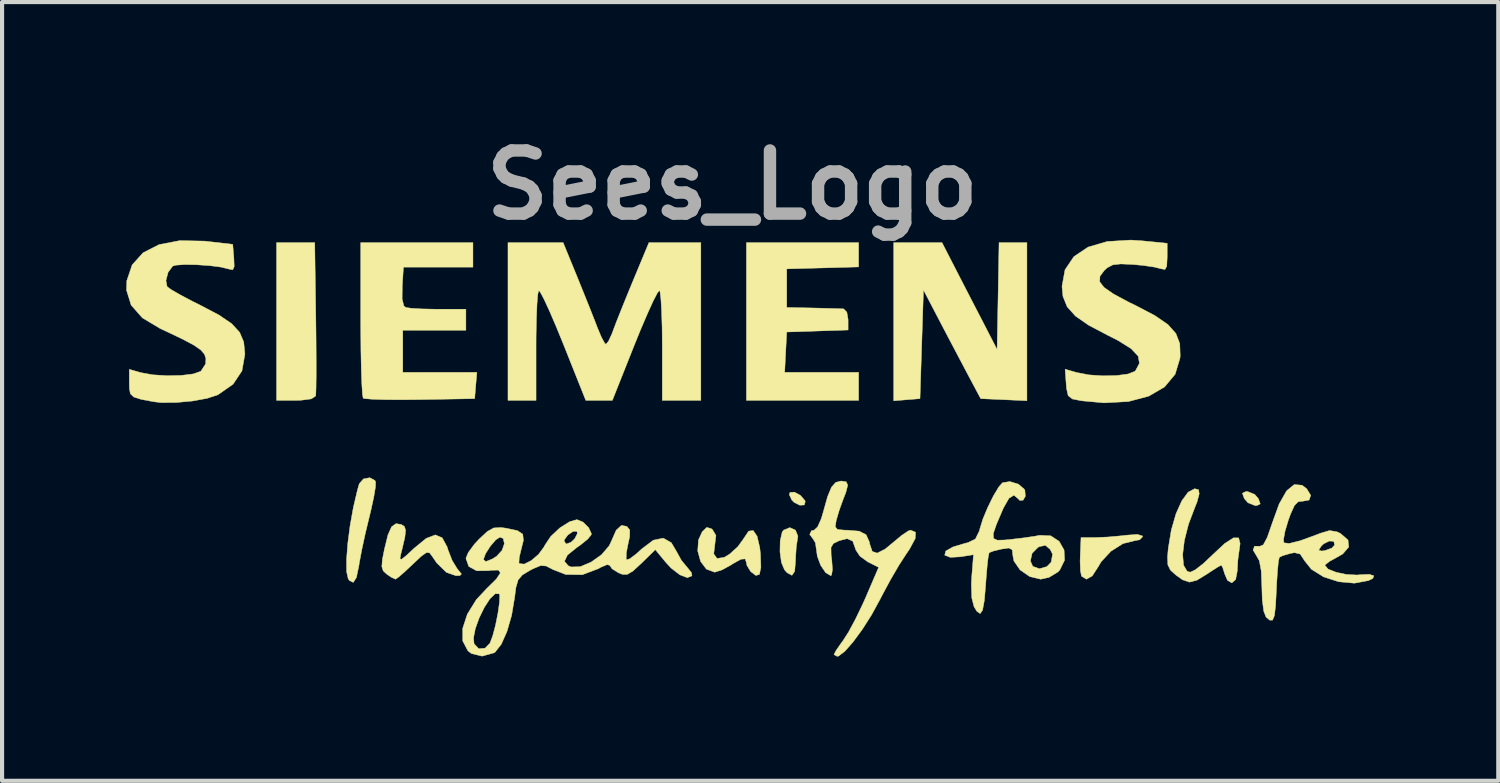
<source format=kicad_pcb>
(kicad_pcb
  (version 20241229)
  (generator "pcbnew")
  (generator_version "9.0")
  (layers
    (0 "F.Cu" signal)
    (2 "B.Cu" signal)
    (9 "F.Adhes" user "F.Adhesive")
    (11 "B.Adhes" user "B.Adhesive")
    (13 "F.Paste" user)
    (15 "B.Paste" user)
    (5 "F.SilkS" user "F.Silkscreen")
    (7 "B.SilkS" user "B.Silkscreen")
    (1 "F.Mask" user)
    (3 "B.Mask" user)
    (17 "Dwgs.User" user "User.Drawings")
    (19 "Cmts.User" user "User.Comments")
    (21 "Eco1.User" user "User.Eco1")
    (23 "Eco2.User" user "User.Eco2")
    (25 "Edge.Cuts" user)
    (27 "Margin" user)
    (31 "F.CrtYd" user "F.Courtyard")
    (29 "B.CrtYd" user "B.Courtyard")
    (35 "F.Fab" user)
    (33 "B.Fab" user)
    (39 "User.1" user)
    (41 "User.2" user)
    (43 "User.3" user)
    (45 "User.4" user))
  (footprint "Sees_Logo"
    (layer "F.Cu")
    (at 14.635 6.618)
    (property "Reference" "Sees_Logo" (at 0 -5.2 0) (layer "F.Fab") (effects (font (size 1.524 1.524) (thickness 0.3))))
    (attr exclude_from_pos_files exclude_from_bom)
    (fp_poly (pts (xy 1.642 2.293) (xy 1.749 2.417) (xy 1.759 2.44) (xy 1.737 2.525) (xy 1.628 2.531) (xy 1.492 2.464) (xy 1.438 2.411) (xy 1.375 2.28) (xy 1.389 2.223) (xy 1.498 2.215) (xy 1.642 2.293)) (stroke (width 0.01) (type solid)) (fill yes) (layer "F.SilkS"))
    (fp_poly (pts (xy 12.612 2.27) (xy 12.7 2.371) (xy 12.746 2.499) (xy 12.668 2.539) (xy 12.621 2.54) (xy 12.449 2.472) (xy 12.361 2.371) (xy 12.315 2.242) (xy 12.393 2.203) (xy 12.44 2.201) (xy 12.612 2.27)) (stroke (width 0.01) (type solid)) (fill yes) (layer "F.SilkS"))
    (fp_poly (pts (xy -10.059 -2.011) (xy -10.053 -1.471) (xy -10.05 -0.987) (xy -10.05 -0.583) (xy -10.054 -0.287) (xy -10.06 -0.125) (xy -10.063 -0.106) (xy -10.168 -0.036) (xy -10.422 -0.003) (xy -10.55 0) (xy -11.007 0) (xy -11.007 -3.81) (xy -10.085 -3.81) (xy -10.059 -2.011)) (stroke (width 0.01) (type solid)) (fill yes) (layer "F.SilkS"))
    (fp_poly (pts (xy 1.523 3.133) (xy 1.582 3.278) (xy 1.574 3.335) (xy 1.543 3.534) (xy 1.526 3.804) (xy 1.525 3.873) (xy 1.504 4.129) (xy 1.438 4.224) (xy 1.323 4.163) (xy 1.259 4.093) (xy 1.184 3.916) (xy 1.149 3.658) (xy 1.154 3.391) (xy 1.201 3.185) (xy 1.235 3.134) (xy 1.386 3.072) (xy 1.523 3.133)) (stroke (width 0.01) (type solid)) (fill yes) (layer "F.SilkS"))
    (fp_poly (pts (xy 3.048 -3.223) (xy 1.312 -3.175) (xy 1.312 -2.244) (xy 1.947 -2.231) (xy 2.269 -2.223) (xy 2.531 -2.216) (xy 2.68 -2.21) (xy 2.688 -2.209) (xy 2.764 -2.129) (xy 2.794 -1.951) (xy 2.794 -1.7) (xy 1.312 -1.651) (xy 1.262 -0.677) (xy 3.048 -0.677) (xy 3.048 0) (xy 0.339 0) (xy 0.339 -3.81) (xy 3.048 -3.81) (xy 3.048 -3.223)) (stroke (width 0.01) (type solid)) (fill yes) (layer "F.SilkS"))
    (fp_poly (pts (xy 9.9 3.273) (xy 9.906 3.293) (xy 9.834 3.366) (xy 9.716 3.387) (xy 9.432 3.458) (xy 9.141 3.642) (xy 8.904 3.897) (xy 8.831 4.021) (xy 8.689 4.24) (xy 8.549 4.318) (xy 8.432 4.246) (xy 8.429 4.241) (xy 8.405 4.117) (xy 8.396 3.888) (xy 8.4 3.738) (xy 8.418 3.312) (xy 8.76 3.312) (xy 9.067 3.299) (xy 9.413 3.268) (xy 9.504 3.256) (xy 9.78 3.236) (xy 9.9 3.273)) (stroke (width 0.01) (type solid)) (fill yes) (layer "F.SilkS"))
    (fp_poly (pts (xy -8.633 1.932) (xy -8.615 1.968) (xy -8.619 2.093) (xy -8.66 2.338) (xy -8.73 2.66) (xy -8.77 2.823) (xy -8.865 3.218) (xy -8.949 3.606) (xy -9.008 3.919) (xy -9.018 3.987) (xy -9.078 4.276) (xy -9.155 4.396) (xy -9.249 4.349) (xy -9.277 4.309) (xy -9.315 4.139) (xy -9.317 3.844) (xy -9.288 3.461) (xy -9.232 3.028) (xy -9.153 2.586) (xy -9.055 2.17) (xy -9.009 2.011) (xy -8.908 1.896) (xy -8.756 1.867) (xy -8.633 1.932)) (stroke (width 0.01) (type solid)) (fill yes) (layer "F.SilkS"))
    (fp_poly (pts (xy 5.333 -3.281) (xy 5.498 -2.96) (xy 5.705 -2.558) (xy 5.919 -2.144) (xy 5.999 -1.99) (xy 6.392 -1.228) (xy 6.416 -2.519) (xy 6.439 -3.81) (xy 7.112 -3.81) (xy 7.112 0.008) (xy 5.996 -0.042) (xy 5.658 -0.677) (xy 5.448 -1.075) (xy 5.208 -1.53) (xy 4.987 -1.952) (xy 4.967 -1.99) (xy 4.614 -2.667) (xy 4.572 -1.355) (xy 4.53 -0.042) (xy 4.212 -0.016) (xy 3.895 0.01) (xy 3.895 -3.81) (xy 5.061 -3.81) (xy 5.333 -3.281)) (stroke (width 0.01) (type solid)) (fill yes) (layer "F.SilkS"))
    (fp_poly (pts (xy -6.265 -3.217) (xy -7.943 -3.217) (xy -7.972 -2.752) (xy -7.975 -2.448) (xy -7.934 -2.284) (xy -7.888 -2.244) (xy -7.754 -2.224) (xy -7.5 -2.209) (xy -7.177 -2.202) (xy -7.105 -2.201) (xy -6.435 -2.201) (xy -6.435 -1.693) (xy -7.959 -1.693) (xy -7.959 -0.677) (xy -6.17 -0.677) (xy -6.197 -0.36) (xy -6.223 -0.042) (xy -7.54 -0.019) (xy -7.997 -0.015) (xy -8.392 -0.018) (xy -8.696 -0.028) (xy -8.879 -0.043) (xy -8.916 -0.054) (xy -8.933 -0.153) (xy -8.948 -0.395) (xy -8.961 -0.756) (xy -8.97 -1.211) (xy -8.974 -1.733) (xy -8.975 -1.961) (xy -8.975 -3.81) (xy -6.265 -3.81) (xy -6.265 -3.217)) (stroke (width 0.01) (type solid)) (fill yes) (layer "F.SilkS"))
    (fp_poly (pts (xy -0.508 3.099) (xy -0.482 3.119) (xy -0.397 3.26) (xy -0.422 3.467) (xy -0.45 3.706) (xy -0.371 3.817) (xy -0.199 3.791) (xy -0.065 3.711) (xy 0.133 3.531) (xy 0.272 3.338) (xy 0.276 3.331) (xy 0.393 3.157) (xy 0.503 3.143) (xy 0.596 3.279) (xy 0.661 3.555) (xy 0.677 3.705) (xy 0.688 4.032) (xy 0.653 4.203) (xy 0.567 4.228) (xy 0.44 4.132) (xy 0.35 3.982) (xy 0.339 3.92) (xy 0.309 3.827) (xy 0.205 3.836) (xy 0.002 3.95) (xy -0.042 3.979) (xy -0.25 4.093) (xy -0.419 4.147) (xy -0.431 4.148) (xy -0.628 4.075) (xy -0.768 3.888) (xy -0.837 3.636) (xy -0.819 3.369) (xy -0.729 3.173) (xy -0.618 3.066) (xy -0.508 3.099)) (stroke (width 0.01) (type solid)) (fill yes) (layer "F.SilkS"))
    (fp_poly (pts (xy -7.996 2.996) (xy -7.92 3.044) (xy -7.891 3.136) (xy -7.909 3.307) (xy -7.976 3.593) (xy -8.01 3.725) (xy -8.027 3.827) (xy -7.988 3.837) (xy -7.871 3.745) (xy -7.683 3.569) (xy -7.395 3.333) (xy -7.174 3.248) (xy -7.008 3.317) (xy -6.888 3.538) (xy -6.865 3.613) (xy -6.768 3.863) (xy -6.646 4.064) (xy -6.637 4.074) (xy -6.543 4.191) (xy -6.578 4.23) (xy -6.676 4.233) (xy -6.906 4.153) (xy -7.139 3.925) (xy -7.252 3.76) (xy -7.314 3.68) (xy -7.389 3.675) (xy -7.511 3.762) (xy -7.716 3.954) (xy -7.72 3.958) (xy -7.923 4.148) (xy -8.075 4.278) (xy -8.136 4.318) (xy -8.231 4.274) (xy -8.343 4.199) (xy -8.431 4.118) (xy -8.465 4.013) (xy -8.45 3.834) (xy -8.402 3.591) (xy -8.317 3.248) (xy -8.229 3.05) (xy -8.122 2.976) (xy -7.996 2.996)) (stroke (width 0.01) (type solid)) (fill yes) (layer "F.SilkS"))
    (fp_poly (pts (xy 11.257 2.157) (xy 11.272 2.255) (xy 11.221 2.451) (xy 11.175 2.564) (xy 11.015 2.986) (xy 10.914 3.382) (xy 10.873 3.722) (xy 10.894 3.98) (xy 10.98 4.126) (xy 11.056 4.149) (xy 11.178 4.091) (xy 11.371 3.941) (xy 11.595 3.729) (xy 11.599 3.725) (xy 11.89 3.454) (xy 12.1 3.319) (xy 12.225 3.32) (xy 12.26 3.459) (xy 12.245 3.567) (xy 12.206 3.853) (xy 12.192 4.117) (xy 12.152 4.327) (xy 12.059 4.407) (xy 11.954 4.345) (xy 11.888 4.191) (xy 11.839 4.033) (xy 11.806 3.979) (xy 11.724 4.022) (xy 11.554 4.131) (xy 11.464 4.191) (xy 11.215 4.343) (xy 11.036 4.389) (xy 10.868 4.331) (xy 10.711 4.219) (xy 10.577 4.098) (xy 10.515 3.972) (xy 10.507 3.782) (xy 10.525 3.575) (xy 10.598 3.131) (xy 10.711 2.739) (xy 10.851 2.426) (xy 11.006 2.215) (xy 11.164 2.133) (xy 11.257 2.157)) (stroke (width 0.01) (type solid)) (fill yes) (layer "F.SilkS"))
    (fp_poly (pts (xy -0.762 -3.81) (xy -0.762 0) (xy -1.693 0) (xy -1.693 -1.307) (xy -1.697 -1.76) (xy -1.709 -2.15) (xy -1.726 -2.448) (xy -1.747 -2.623) (xy -1.76 -2.656) (xy -1.811 -2.595) (xy -1.912 -2.401) (xy -2.05 -2.097) (xy -2.216 -1.71) (xy -2.363 -1.348) (xy -2.899 0) (xy -3.54 0) (xy -4.077 -1.347) (xy -4.256 -1.785) (xy -4.417 -2.159) (xy -4.549 -2.444) (xy -4.64 -2.615) (xy -4.677 -2.654) (xy -4.699 -2.56) (xy -4.718 -2.327) (xy -4.732 -1.984) (xy -4.74 -1.562) (xy -4.741 -1.307) (xy -4.741 0) (xy -5.419 0) (xy -5.419 -3.81) (xy -4.753 -3.81) (xy -4.087 -3.81) (xy -3.749 -2.985) (xy -3.589 -2.589) (xy -3.434 -2.203) (xy -3.309 -1.885) (xy -3.26 -1.757) (xy -3.164 -1.528) (xy -3.084 -1.382) (xy -3.054 -1.355) (xy -2.993 -1.426) (xy -2.91 -1.605) (xy -2.885 -1.672) (xy -2.807 -1.88) (xy -2.681 -2.197) (xy -2.527 -2.577) (xy -2.394 -2.9) (xy -2.015 -3.81) (xy -1.388 -3.81) (xy -0.762 -3.81)) (stroke (width 0.01) (type solid)) (fill yes) (layer "F.SilkS"))
    (fp_poly (pts (xy 9.906 -3.852) (xy 10.499 -3.793) (xy 10.499 -3.454) (xy 10.488 -3.24) (xy 10.445 -3.161) (xy 10.351 -3.178) (xy 10.189 -3.219) (xy 9.923 -3.258) (xy 9.682 -3.281) (xy 9.378 -3.295) (xy 9.186 -3.273) (xy 9.052 -3.203) (xy 8.982 -3.14) (xy 8.876 -2.999) (xy 8.868 -2.867) (xy 8.973 -2.729) (xy 9.203 -2.569) (xy 9.574 -2.37) (xy 9.741 -2.289) (xy 10.2 -2.049) (xy 10.516 -1.832) (xy 10.71 -1.614) (xy 10.803 -1.372) (xy 10.813 -1.08) (xy 10.808 -1.019) (xy 10.691 -0.631) (xy 10.435 -0.324) (xy 10.054 -0.102) (xy 9.562 0.028) (xy 8.973 0.06) (xy 8.424 0.009) (xy 8.21 -0.034) (xy 8.108 -0.114) (xy 8.069 -0.285) (xy 8.06 -0.398) (xy 8.034 -0.753) (xy 8.313 -0.673) (xy 8.608 -0.616) (xy 8.946 -0.593) (xy 9.279 -0.6) (xy 9.553 -0.637) (xy 9.719 -0.702) (xy 9.733 -0.715) (xy 9.829 -0.895) (xy 9.799 -1.068) (xy 9.631 -1.247) (xy 9.315 -1.445) (xy 9.071 -1.569) (xy 8.606 -1.813) (xy 8.284 -2.036) (xy 8.082 -2.262) (xy 7.982 -2.513) (xy 7.959 -2.753) (xy 8.032 -3.154) (xy 8.246 -3.472) (xy 8.59 -3.702) (xy 9.052 -3.837) (xy 9.622 -3.871) (xy 9.906 -3.852)) (stroke (width 0.01) (type solid)) (fill yes) (layer "F.SilkS"))
    (fp_poly (pts (xy -12.745 -3.846) (xy -12.7 -3.841) (xy -12.065 -3.768) (xy -12.038 -3.439) (xy -12.03 -3.231) (xy -12.065 -3.154) (xy -12.16 -3.171) (xy -12.165 -3.173) (xy -12.351 -3.219) (xy -12.626 -3.254) (xy -12.936 -3.275) (xy -13.225 -3.28) (xy -13.44 -3.265) (xy -13.514 -3.243) (xy -13.626 -3.093) (xy -13.678 -2.895) (xy -13.651 -2.748) (xy -13.552 -2.675) (xy -13.336 -2.55) (xy -13.042 -2.394) (xy -12.851 -2.299) (xy -12.402 -2.064) (xy -12.093 -1.854) (xy -11.899 -1.644) (xy -11.8 -1.411) (xy -11.772 -1.128) (xy -11.772 -1.11) (xy -11.843 -0.711) (xy -12.057 -0.391) (xy -12.422 -0.136) (xy -12.427 -0.134) (xy -12.684 -0.049) (xy -13.043 0.016) (xy -13.437 0.052) (xy -13.799 0.053) (xy -13.97 0.033) (xy -14.277 -0.025) (xy -14.454 -0.081) (xy -14.537 -0.159) (xy -14.561 -0.289) (xy -14.563 -0.419) (xy -14.563 -0.75) (xy -14.288 -0.671) (xy -13.999 -0.618) (xy -13.654 -0.596) (xy -13.307 -0.603) (xy -13.016 -0.639) (xy -12.836 -0.703) (xy -12.835 -0.703) (xy -12.72 -0.881) (xy -12.713 -1.009) (xy -12.748 -1.115) (xy -12.836 -1.217) (xy -13.001 -1.332) (xy -13.266 -1.474) (xy -13.656 -1.66) (xy -13.817 -1.735) (xy -14.248 -1.993) (xy -14.518 -2.3) (xy -14.63 -2.66) (xy -14.623 -2.889) (xy -14.494 -3.272) (xy -14.23 -3.565) (xy -13.843 -3.762) (xy -13.344 -3.858) (xy -12.745 -3.846)) (stroke (width 0.01) (type solid)) (fill yes) (layer "F.SilkS"))
    (fp_poly (pts (xy 2.749 1.966) (xy 2.785 2.047) (xy 2.739 2.225) (xy 2.678 2.381) (xy 2.581 2.649) (xy 2.508 2.896) (xy 2.507 2.9) (xy 2.484 3.052) (xy 2.538 3.117) (xy 2.712 3.134) (xy 2.771 3.134) (xy 3.063 3.158) (xy 3.229 3.244) (xy 3.306 3.414) (xy 3.315 3.465) (xy 3.376 3.646) (xy 3.496 3.688) (xy 3.688 3.591) (xy 3.878 3.434) (xy 4.082 3.264) (xy 4.244 3.155) (xy 4.302 3.133) (xy 4.423 3.183) (xy 4.415 3.336) (xy 4.276 3.594) (xy 4.203 3.7) (xy 4.028 3.97) (xy 3.819 4.328) (xy 3.615 4.707) (xy 3.564 4.807) (xy 3.361 5.178) (xy 3.137 5.53) (xy 2.914 5.833) (xy 2.717 6.057) (xy 2.567 6.172) (xy 2.53 6.181) (xy 2.456 6.14) (xy 2.455 6.133) (xy 2.502 6.042) (xy 2.62 5.871) (xy 2.676 5.795) (xy 2.81 5.585) (xy 2.977 5.273) (xy 3.15 4.913) (xy 3.215 4.768) (xy 3.532 4.031) (xy 3.269 3.899) (xy 3.081 3.763) (xy 2.979 3.61) (xy 2.977 3.598) (xy 2.905 3.397) (xy 2.768 3.339) (xy 2.585 3.386) (xy 2.441 3.454) (xy 2.381 3.551) (xy 2.384 3.732) (xy 2.4 3.854) (xy 2.416 4.084) (xy 2.395 4.217) (xy 2.374 4.233) (xy 2.252 4.16) (xy 2.132 3.983) (xy 2.05 3.762) (xy 2.032 3.627) (xy 2.004 3.438) (xy 1.947 3.344) (xy 1.867 3.238) (xy 1.908 3.148) (xy 1.974 3.133) (xy 2.057 3.056) (xy 2.147 2.856) (xy 2.196 2.688) (xy 2.299 2.322) (xy 2.393 2.096) (xy 2.496 1.98) (xy 2.624 1.947) (xy 2.628 1.947) (xy 2.749 1.966)) (stroke (width 0.01) (type solid)) (fill yes) (layer "F.SilkS"))
    (fp_poly (pts (xy 13.758 2.049) (xy 13.868 2.134) (xy 13.965 2.293) (xy 13.926 2.406) (xy 13.78 2.433) (xy 13.664 2.446) (xy 13.573 2.536) (xy 13.481 2.737) (xy 13.423 2.896) (xy 13.344 3.161) (xy 13.308 3.36) (xy 13.317 3.439) (xy 13.444 3.455) (xy 13.713 3.388) (xy 14.127 3.237) (xy 14.198 3.208) (xy 14.42 3.143) (xy 14.598 3.173) (xy 14.685 3.215) (xy 14.865 3.37) (xy 14.883 3.54) (xy 14.74 3.707) (xy 14.605 3.785) (xy 14.416 3.889) (xy 14.314 3.971) (xy 14.309 3.985) (xy 14.384 4.073) (xy 14.574 4.15) (xy 14.825 4.203) (xy 15.08 4.217) (xy 15.157 4.21) (xy 15.38 4.2) (xy 15.489 4.235) (xy 15.465 4.298) (xy 15.36 4.351) (xy 15.018 4.414) (xy 14.639 4.379) (xy 14.276 4.262) (xy 13.981 4.078) (xy 13.817 3.873) (xy 13.711 3.711) (xy 13.574 3.677) (xy 13.478 3.695) (xy 13.296 3.747) (xy 13.208 3.787) (xy 13.186 3.882) (xy 13.163 4.107) (xy 13.143 4.42) (xy 13.136 4.579) (xy 13.116 4.963) (xy 13.088 5.198) (xy 13.043 5.306) (xy 12.974 5.306) (xy 12.886 5.232) (xy 12.831 5.091) (xy 12.795 4.82) (xy 12.785 4.507) (xy 12.77 4.119) (xy 12.724 3.872) (xy 12.657 3.755) (xy 12.577 3.619) (xy 14.156 3.619) (xy 14.226 3.637) (xy 14.306 3.628) (xy 14.475 3.565) (xy 14.542 3.493) (xy 14.522 3.403) (xy 14.414 3.396) (xy 14.276 3.464) (xy 14.217 3.522) (xy 14.156 3.619) (xy 12.577 3.619) (xy 12.574 3.614) (xy 12.607 3.52) (xy 12.735 3.523) (xy 12.819 3.488) (xy 12.915 3.311) (xy 13.026 2.99) (xy 13.202 2.502) (xy 13.383 2.183) (xy 13.568 2.032) (xy 13.758 2.049)) (stroke (width 0.01) (type solid)) (fill yes) (layer "F.SilkS"))
    (fp_poly (pts (xy 6.908 2.024) (xy 7.052 2.149) (xy 7.063 2.172) (xy 7.074 2.315) (xy 7.018 2.412) (xy 6.934 2.413) (xy 6.905 2.378) (xy 6.798 2.29) (xy 6.679 2.363) (xy 6.544 2.6) (xy 6.524 2.646) (xy 6.375 2.995) (xy 6.3 3.215) (xy 6.305 3.333) (xy 6.396 3.376) (xy 6.581 3.371) (xy 6.701 3.359) (xy 7.018 3.322) (xy 7.31 3.279) (xy 7.419 3.258) (xy 7.687 3.27) (xy 7.89 3.403) (xy 8.009 3.613) (xy 8.021 3.859) (xy 7.905 4.096) (xy 7.858 4.145) (xy 7.645 4.274) (xy 7.446 4.318) (xy 7.179 4.254) (xy 6.946 4.093) (xy 6.799 3.879) (xy 6.798 3.877) (xy 7.196 3.877) (xy 7.253 4.008) (xy 7.413 4.065) (xy 7.595 4.013) (xy 7.698 3.906) (xy 7.731 3.712) (xy 7.674 3.599) (xy 7.561 3.5) (xy 7.417 3.53) (xy 7.38 3.548) (xy 7.237 3.693) (xy 7.196 3.877) (xy 6.798 3.877) (xy 6.773 3.751) (xy 6.756 3.606) (xy 6.672 3.565) (xy 6.504 3.589) (xy 6.308 3.636) (xy 6.201 3.677) (xy 6.199 3.679) (xy 6.178 3.774) (xy 6.152 3.997) (xy 6.126 4.307) (xy 6.117 4.44) (xy 6.084 4.832) (xy 6.041 5.065) (xy 5.983 5.149) (xy 5.904 5.094) (xy 5.835 4.981) (xy 5.781 4.771) (xy 5.77 4.444) (xy 5.779 4.262) (xy 5.822 3.726) (xy 5.504 3.777) (xy 5.261 3.79) (xy 5.131 3.739) (xy 5.128 3.735) (xy 5.152 3.638) (xy 5.326 3.539) (xy 5.629 3.448) (xy 5.687 3.435) (xy 5.867 3.348) (xy 5.963 3.154) (xy 5.973 3.112) (xy 6.047 2.87) (xy 6.166 2.584) (xy 6.303 2.306) (xy 6.434 2.088) (xy 6.523 1.988) (xy 6.701 1.96) (xy 6.908 2.024)) (stroke (width 0.01) (type solid)) (fill yes) (layer "F.SilkS"))
    (fp_poly (pts (xy -3.608 2.938) (xy -3.472 3.072) (xy -3.406 3.214) (xy -3.41 3.248) (xy -3.495 3.351) (xy -3.671 3.493) (xy -3.752 3.549) (xy -3.984 3.736) (xy -4.055 3.886) (xy -3.963 3.994) (xy -3.894 4.022) (xy -3.674 4.016) (xy -3.411 3.905) (xy -3.159 3.726) (xy -2.975 3.511) (xy -2.928 3.412) (xy -2.806 3.135) (xy -2.679 3.018) (xy -2.548 3.043) (xy -2.479 3.128) (xy -2.48 3.287) (xy -2.518 3.459) (xy -2.561 3.682) (xy -2.565 3.829) (xy -2.556 3.85) (xy -2.475 3.824) (xy -2.317 3.704) (xy -2.192 3.589) (xy -1.911 3.377) (xy -1.67 3.326) (xy -1.475 3.436) (xy -1.358 3.633) (xy -1.231 3.863) (xy -1.095 4.027) (xy -0.989 4.158) (xy -0.976 4.237) (xy -1.088 4.281) (xy -1.269 4.212) (xy -1.481 4.048) (xy -1.61 3.908) (xy -1.861 3.604) (xy -2.198 3.934) (xy -2.4 4.12) (xy -2.537 4.202) (xy -2.657 4.201) (xy -2.749 4.165) (xy -2.906 4.066) (xy -2.963 3.982) (xy -3.026 3.966) (xy -3.18 4.031) (xy -3.239 4.065) (xy -3.624 4.21) (xy -4.026 4.204) (xy -4.329 4.086) (xy -4.498 3.999) (xy -4.629 3.989) (xy -4.802 4.06) (xy -4.893 4.107) (xy -5.073 4.217) (xy -5.174 4.336) (xy -5.228 4.521) (xy -5.259 4.764) (xy -5.331 5.192) (xy -5.443 5.58) (xy -5.58 5.888) (xy -5.727 6.076) (xy -5.759 6.097) (xy -6.045 6.176) (xy -6.302 6.113) (xy -6.386 6.048) (xy -6.511 5.811) (xy -6.511 5.74) (xy -6.252 5.74) (xy -6.237 5.878) (xy -6.125 5.996) (xy -5.972 5.984) (xy -5.854 5.863) (xy -5.787 5.684) (xy -5.719 5.427) (xy -5.662 5.144) (xy -5.625 4.888) (xy -5.618 4.714) (xy -5.63 4.671) (xy -5.728 4.669) (xy -5.854 4.79) (xy -5.989 4.997) (xy -6.113 5.25) (xy -6.207 5.51) (xy -6.252 5.74) (xy -6.511 5.74) (xy -6.512 5.504) (xy -6.399 5.16) (xy -6.183 4.811) (xy -5.94 4.551) (xy -5.701 4.316) (xy -5.603 4.167) (xy -5.646 4.098) (xy -5.828 4.102) (xy -5.885 4.112) (xy -6.174 4.115) (xy -6.366 4.01) (xy -6.424 3.844) (xy -6.011 3.844) (xy -5.954 3.892) (xy -5.795 3.829) (xy -5.692 3.763) (xy -5.562 3.621) (xy -5.506 3.459) (xy -5.533 3.336) (xy -5.612 3.302) (xy -5.714 3.367) (xy -5.845 3.521) (xy -5.96 3.699) (xy -6.011 3.84) (xy -6.011 3.844) (xy -6.424 3.844) (xy -6.435 3.814) (xy -6.378 3.675) (xy -6.233 3.477) (xy -6.117 3.351) (xy -5.917 3.165) (xy -5.764 3.08) (xy -5.591 3.07) (xy -5.461 3.087) (xy -5.191 3.145) (xy -5.062 3.23) (xy -5.046 3.381) (xy -5.096 3.579) (xy -5.147 3.791) (xy -5.154 3.925) (xy -5.147 3.94) (xy -5.029 3.954) (xy -4.856 3.868) (xy -4.679 3.716) (xy -4.546 3.535) (xy -4.529 3.499) (xy -4.461 3.397) (xy -4.064 3.397) (xy -4.014 3.468) (xy -3.898 3.427) (xy -3.808 3.342) (xy -3.743 3.214) (xy -3.754 3.161) (xy -3.848 3.164) (xy -3.973 3.25) (xy -4.057 3.363) (xy -4.064 3.397) (xy -4.461 3.397) (xy -4.386 3.285) (xy -4.167 3.079) (xy -3.929 2.929) (xy -3.753 2.879) (xy -3.608 2.938)) (stroke (width 0.01) (type solid)) (fill yes) (layer "F.SilkS")))
  (gr_rect
    (start -3 -3)
    (end 33.129 15.804)
    (stroke (width 0.1) (type default))
    (fill no)
    (layer "Edge.Cuts")))
</source>
